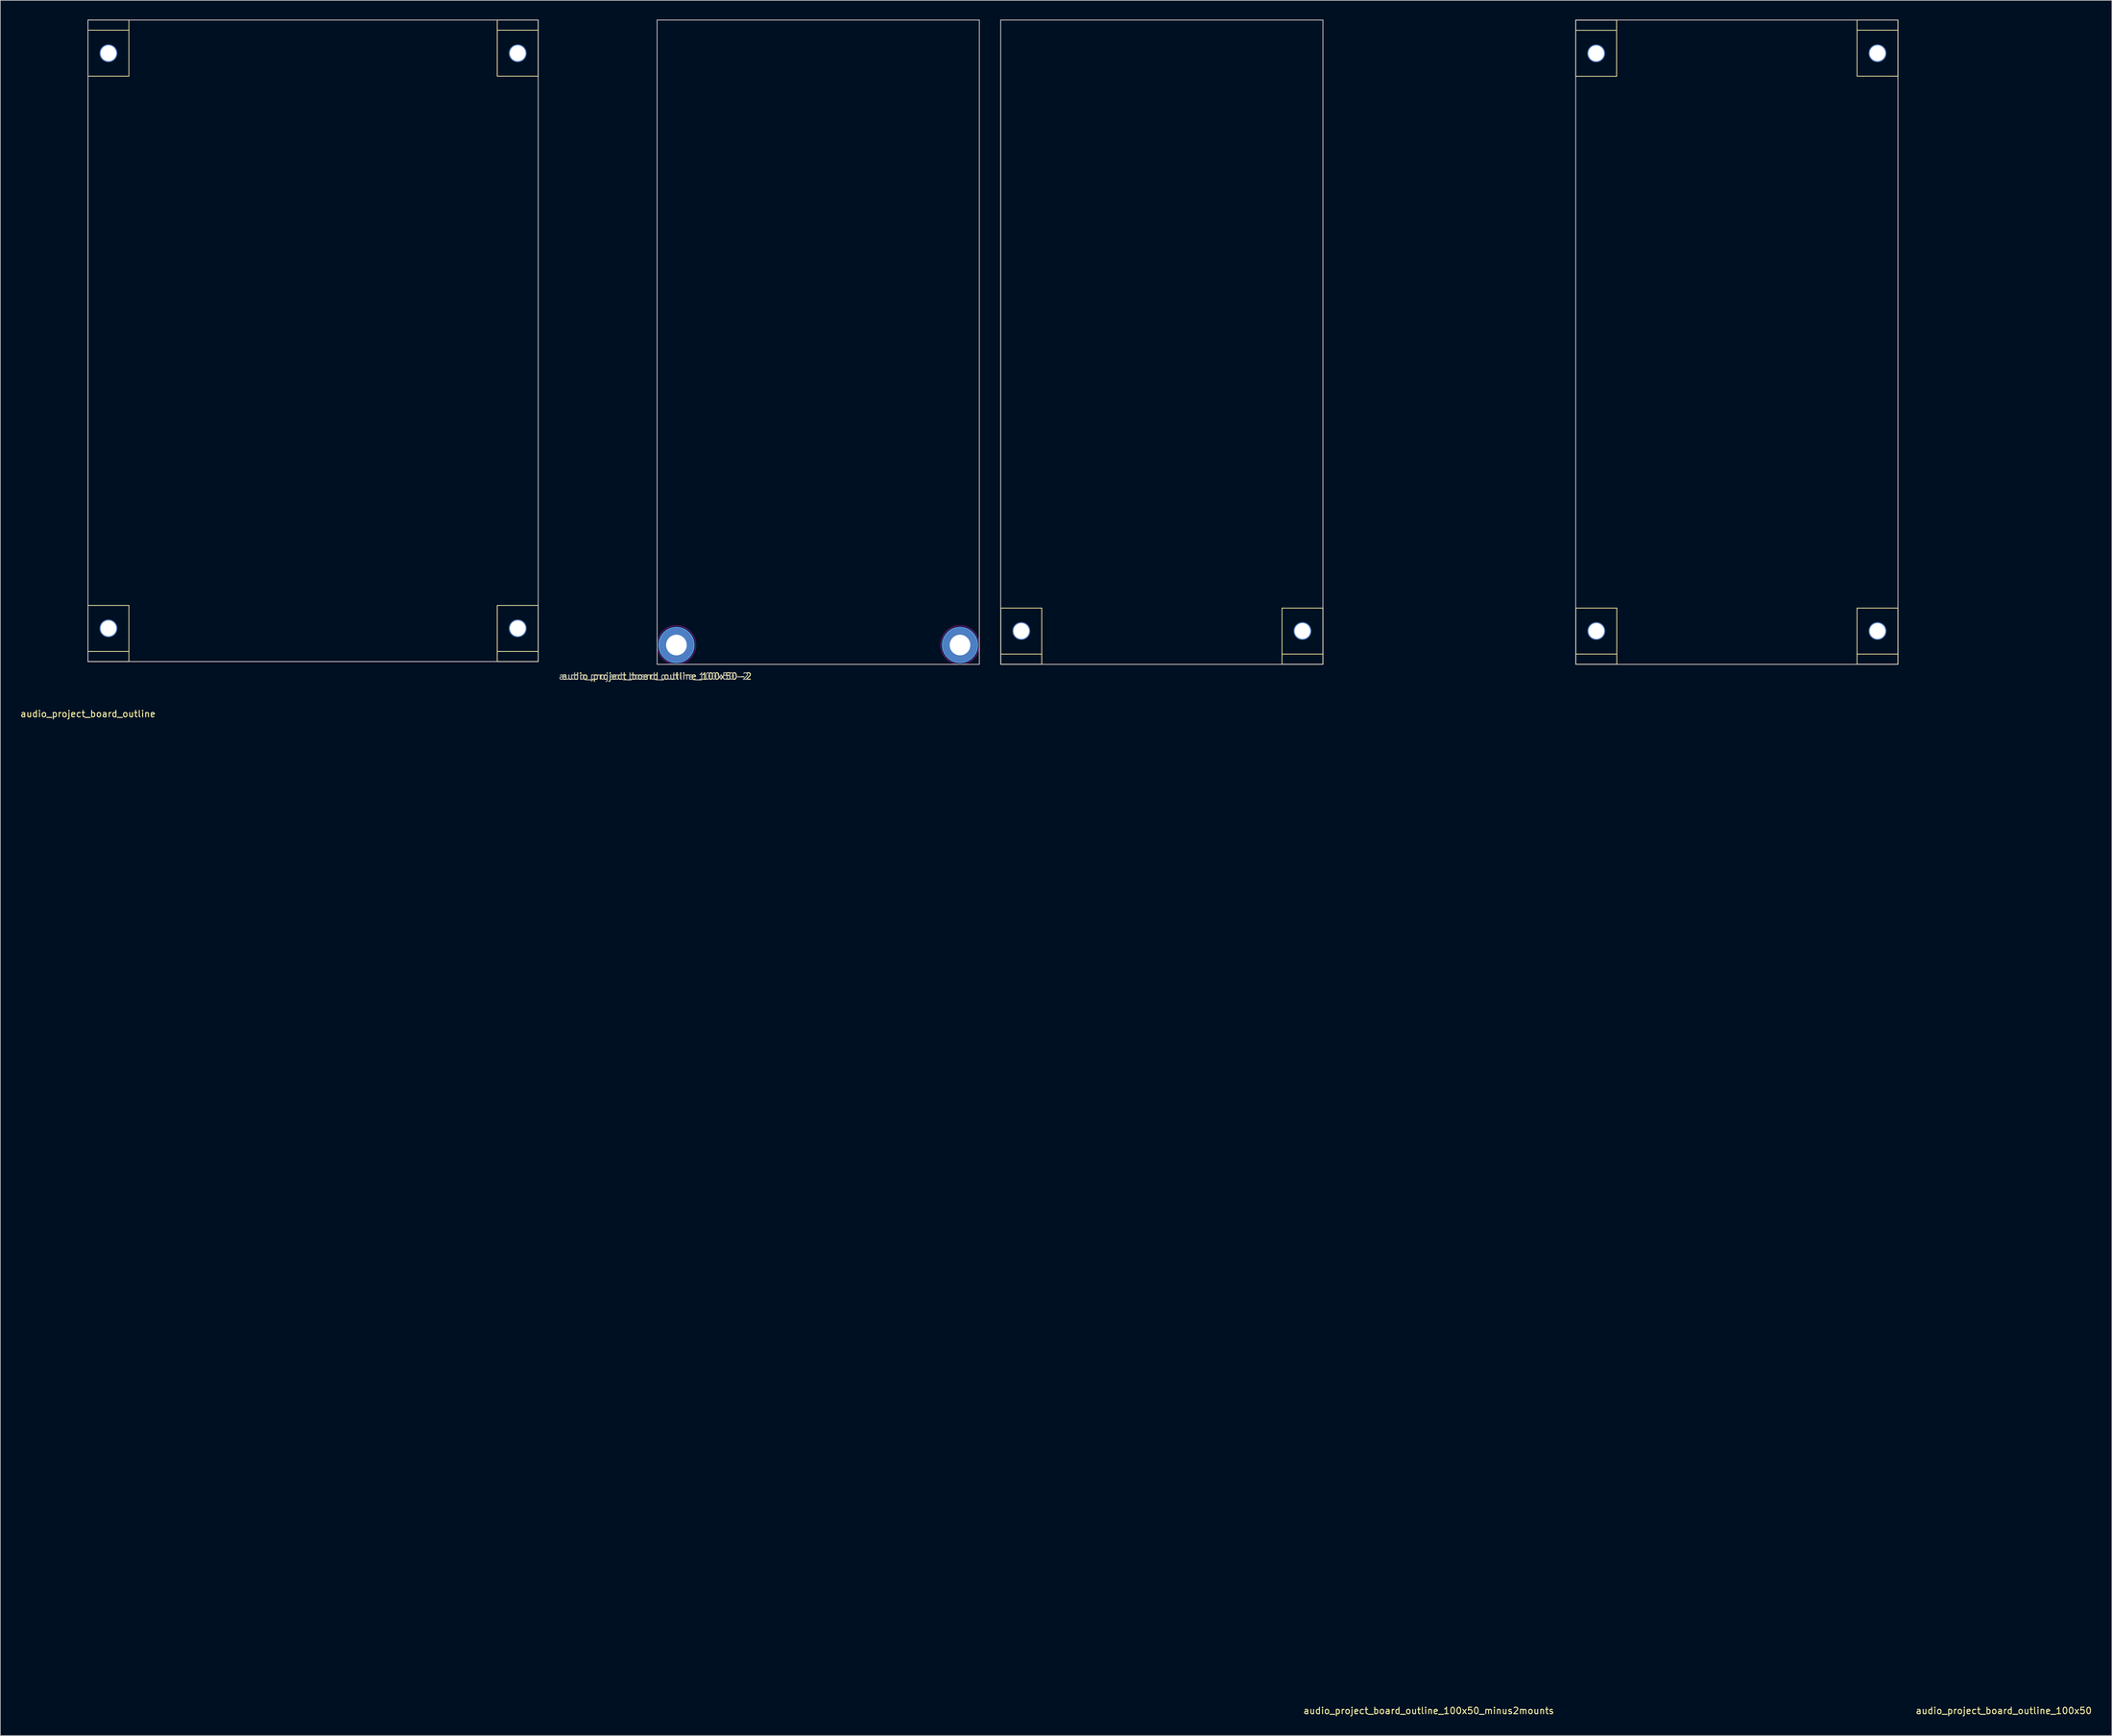
<source format=kicad_pcb>
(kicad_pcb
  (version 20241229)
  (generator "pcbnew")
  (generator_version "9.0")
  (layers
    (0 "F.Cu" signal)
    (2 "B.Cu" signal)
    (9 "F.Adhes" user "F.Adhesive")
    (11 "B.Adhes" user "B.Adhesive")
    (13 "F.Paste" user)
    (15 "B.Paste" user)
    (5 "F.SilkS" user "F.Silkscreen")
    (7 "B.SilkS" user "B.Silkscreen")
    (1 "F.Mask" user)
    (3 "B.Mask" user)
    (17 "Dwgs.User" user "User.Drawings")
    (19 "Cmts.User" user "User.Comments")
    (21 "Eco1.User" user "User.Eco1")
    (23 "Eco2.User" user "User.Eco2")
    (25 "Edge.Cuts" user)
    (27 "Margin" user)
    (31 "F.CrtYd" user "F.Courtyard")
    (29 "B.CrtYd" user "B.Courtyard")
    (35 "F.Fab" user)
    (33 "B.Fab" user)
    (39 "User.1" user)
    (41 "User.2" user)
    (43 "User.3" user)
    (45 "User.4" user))
  (footprint "audio_project_board_outline_100x50"
    (layer "F.Cu")
    (at 241.427 100.06)
    (property "Reference" "audio_project_board_outline_100x50" (at 66.414 162.401 180) (layer "F.SilkS") (effects (font (size 1 1) (thickness 0.15))))
    (attr through_hole)
    (fp_line (start 0 -99.981) (end 0 -91.269) (stroke (width 0.12) (type solid)) (layer "F.SilkS"))
    (fp_line (start 0 -99.981) (end 6.35 -99.981) (stroke (width 0.12) (type solid)) (layer "F.SilkS"))
    (fp_line (start 0 -98.406) (end 6.35 -98.406) (stroke (width 0.12) (type solid)) (layer "F.SilkS"))
    (fp_line (start 0 -91.269) (end 6.35 -91.269) (stroke (width 0.12) (type solid)) (layer "F.SilkS"))
    (fp_line (start 0.025 -0.019) (end 0.025 -8.731) (stroke (width 0.12) (type solid)) (layer "F.SilkS"))
    (fp_line (start 6.35 -99.981) (end 6.35 -91.269) (stroke (width 0.12) (type solid)) (layer "F.SilkS"))
    (fp_line (start 6.375 -8.731) (end 0.025 -8.731) (stroke (width 0.12) (type solid)) (layer "F.SilkS"))
    (fp_line (start 6.375 -1.594) (end 0.025 -1.594) (stroke (width 0.12) (type solid)) (layer "F.SilkS"))
    (fp_line (start 6.375 -0.019) (end 0.025 -0.019) (stroke (width 0.12) (type solid)) (layer "F.SilkS"))
    (fp_line (start 6.375 -0.019) (end 6.375 -8.731) (stroke (width 0.12) (type solid)) (layer "F.SilkS"))
    (fp_line (start 43.65 -100) (end 43.65 -91.288) (stroke (width 0.12) (type solid)) (layer "F.SilkS"))
    (fp_line (start 43.65 -100) (end 50 -100) (stroke (width 0.12) (type solid)) (layer "F.SilkS"))
    (fp_line (start 43.65 -98.425) (end 50 -98.425) (stroke (width 0.12) (type solid)) (layer "F.SilkS"))
    (fp_line (start 43.65 -91.288) (end 50 -91.288) (stroke (width 0.12) (type solid)) (layer "F.SilkS"))
    (fp_line (start 43.65 -0.019) (end 43.65 -8.731) (stroke (width 0.12) (type solid)) (layer "F.SilkS"))
    (fp_line (start 50 -100) (end 50 -91.288) (stroke (width 0.12) (type solid)) (layer "F.SilkS"))
    (fp_line (start 50 -8.731) (end 43.65 -8.731) (stroke (width 0.12) (type solid)) (layer "F.SilkS"))
    (fp_line (start 50 -1.594) (end 43.65 -1.594) (stroke (width 0.12) (type solid)) (layer "F.SilkS"))
    (fp_line (start 50 -0.019) (end 43.65 -0.019) (stroke (width 0.12) (type solid)) (layer "F.SilkS"))
    (fp_line (start 50 -0.019) (end 50 -8.731) (stroke (width 0.12) (type solid)) (layer "F.SilkS"))
    (fp_line (start 0 -100) (end 50 -100) (stroke (width 0.12) (type solid)) (layer "Edge.Cuts"))
    (fp_line (start 0 0) (end 0 -100) (stroke (width 0.12) (type solid)) (layer "Edge.Cuts"))
    (fp_line (start 0 0) (end 50 0) (stroke (width 0.12) (type solid)) (layer "Edge.Cuts"))
    (fp_line (start 50 0) (end 50 -100) (stroke (width 0.12) (type solid)) (layer "Edge.Cuts"))
    (pad "1" thru_hole circle (at 3.175 -94.825 90) (size 2.75 2.75) (drill 2.45) (layers "*.Cu" "*.Mask"))
    (pad "1" thru_hole circle (at 3.2 -5.175 270) (size 2.75 2.75) (drill 2.45) (layers "*.Cu" "*.Mask"))
    (pad "1" thru_hole circle (at 46.825 -94.844 90) (size 2.75 2.75) (drill 2.45) (layers "*.Cu" "*.Mask"))
    (pad "1" thru_hole circle (at 46.825 -5.175 270) (size 2.75 2.75) (drill 2.45) (layers "*.Cu" "*.Mask")))
  (footprint "audio_project_board_outline_100x50_minus2mounts"
    (layer "F.Cu")
    (at 152.209 100.06)
    (property "Reference" "audio_project_board_outline_100x50_minus2mounts" (at 66.414 162.401 180) (layer "F.SilkS") (effects (font (size 1 1) (thickness 0.15))))
    (attr through_hole)
    (fp_line (start 0.025 -0.019) (end 0.025 -8.731) (stroke (width 0.12) (type solid)) (layer "F.SilkS"))
    (fp_line (start 6.375 -8.731) (end 0.025 -8.731) (stroke (width 0.12) (type solid)) (layer "F.SilkS"))
    (fp_line (start 6.375 -1.594) (end 0.025 -1.594) (stroke (width 0.12) (type solid)) (layer "F.SilkS"))
    (fp_line (start 6.375 -0.019) (end 0.025 -0.019) (stroke (width 0.12) (type solid)) (layer "F.SilkS"))
    (fp_line (start 6.375 -0.019) (end 6.375 -8.731) (stroke (width 0.12) (type solid)) (layer "F.SilkS"))
    (fp_line (start 43.65 -0.019) (end 43.65 -8.731) (stroke (width 0.12) (type solid)) (layer "F.SilkS"))
    (fp_line (start 50 -8.731) (end 43.65 -8.731) (stroke (width 0.12) (type solid)) (layer "F.SilkS"))
    (fp_line (start 50 -1.594) (end 43.65 -1.594) (stroke (width 0.12) (type solid)) (layer "F.SilkS"))
    (fp_line (start 50 -0.019) (end 43.65 -0.019) (stroke (width 0.12) (type solid)) (layer "F.SilkS"))
    (fp_line (start 50 -0.019) (end 50 -8.731) (stroke (width 0.12) (type solid)) (layer "F.SilkS"))
    (fp_line (start 0 -100) (end 50 -100) (stroke (width 0.12) (type solid)) (layer "Edge.Cuts"))
    (fp_line (start 0 0) (end 0 -100) (stroke (width 0.12) (type solid)) (layer "Edge.Cuts"))
    (fp_line (start 0 0) (end 50 0) (stroke (width 0.12) (type solid)) (layer "Edge.Cuts"))
    (fp_line (start 50 0) (end 50 -100) (stroke (width 0.12) (type solid)) (layer "Edge.Cuts"))
    (pad "1" thru_hole circle (at 3.2 -5.175 270) (size 2.75 2.75) (drill 2.45) (layers "*.Cu" "*.Mask"))
    (pad "1" thru_hole circle (at 46.825 -5.175 270) (size 2.75 2.75) (drill 2.45) (layers "*.Cu" "*.Mask")))
  (footprint "audio_project_board_outline"
    (layer "F.Cu")
    (at 10.601 99.628)
    (property "Reference" "audio_project_board_outline" (at 0 8.12 0) (layer "F.SilkS") (effects (font (size 1 1) (thickness 0.15))))
    (attr through_hole)
    (fp_line (start 0 -99.568) (end 0 -90.856) (stroke (width 0.12) (type solid)) (layer "F.SilkS"))
    (fp_line (start 0 -99.568) (end 6.35 -99.568) (stroke (width 0.12) (type solid)) (layer "F.SilkS"))
    (fp_line (start 0 -97.993) (end 6.35 -97.993) (stroke (width 0.12) (type solid)) (layer "F.SilkS"))
    (fp_line (start 0 -90.856) (end 6.35 -90.856) (stroke (width 0.12) (type solid)) (layer "F.SilkS"))
    (fp_line (start 0 0) (end 0 -8.712) (stroke (width 0.12) (type solid)) (layer "F.SilkS"))
    (fp_line (start 6.35 -99.568) (end 6.35 -90.856) (stroke (width 0.12) (type solid)) (layer "F.SilkS"))
    (fp_line (start 6.35 -8.712) (end 0 -8.712) (stroke (width 0.12) (type solid)) (layer "F.SilkS"))
    (fp_line (start 6.35 -1.575) (end 0 -1.575) (stroke (width 0.12) (type solid)) (layer "F.SilkS"))
    (fp_line (start 6.35 0) (end 0 0) (stroke (width 0.12) (type solid)) (layer "F.SilkS"))
    (fp_line (start 6.35 0) (end 6.35 -8.712) (stroke (width 0.12) (type solid)) (layer "F.SilkS"))
    (fp_line (start 63.5 -99.568) (end 63.5 -90.856) (stroke (width 0.12) (type solid)) (layer "F.SilkS"))
    (fp_line (start 63.5 -99.568) (end 69.85 -99.568) (stroke (width 0.12) (type solid)) (layer "F.SilkS"))
    (fp_line (start 63.5 -97.993) (end 69.85 -97.993) (stroke (width 0.12) (type solid)) (layer "F.SilkS"))
    (fp_line (start 63.5 -90.856) (end 69.85 -90.856) (stroke (width 0.12) (type solid)) (layer "F.SilkS"))
    (fp_line (start 63.5 0) (end 63.5 -8.712) (stroke (width 0.12) (type solid)) (layer "F.SilkS"))
    (fp_line (start 69.85 -99.568) (end 69.85 -90.856) (stroke (width 0.12) (type solid)) (layer "F.SilkS"))
    (fp_line (start 69.85 -8.712) (end 63.5 -8.712) (stroke (width 0.12) (type solid)) (layer "F.SilkS"))
    (fp_line (start 69.85 -1.575) (end 63.5 -1.575) (stroke (width 0.12) (type solid)) (layer "F.SilkS"))
    (fp_line (start 69.85 0) (end 63.5 0) (stroke (width 0.12) (type solid)) (layer "F.SilkS"))
    (fp_line (start 69.85 0) (end 69.85 -8.712) (stroke (width 0.12) (type solid)) (layer "F.SilkS"))
    (fp_line (start 0 -99.568) (end 69.85 -99.568) (stroke (width 0.12) (type solid)) (layer "Edge.Cuts"))
    (fp_line (start 0 0) (end 0 -99.568) (stroke (width 0.12) (type solid)) (layer "Edge.Cuts"))
    (fp_line (start 0 0) (end 69.85 0) (stroke (width 0.12) (type solid)) (layer "Edge.Cuts"))
    (fp_line (start 69.85 0) (end 69.85 -99.568) (stroke (width 0.12) (type solid)) (layer "Edge.Cuts"))
    (pad "1" thru_hole circle (at 3.175 -94.412 90) (size 2.75 2.75) (drill 2.45) (layers "*.Cu" "*.Mask"))
    (pad "1" thru_hole circle (at 3.175 -5.156 270) (size 2.75 2.75) (drill 2.45) (layers "*.Cu" "*.Mask"))
    (pad "1" thru_hole circle (at 66.675 -94.412 90) (size 2.75 2.75) (drill 2.45) (layers "*.Cu" "*.Mask"))
    (pad "1" thru_hole circle (at 66.675 -5.156 270) (size 2.75 2.75) (drill 2.45) (layers "*.Cu" "*.Mask")))
  (footprint "audio_project_board_outline_100x50-2"
    (layer "F.Cu")
    (at 98.899 100.06)
    (property "Reference" "audio_project_board_outline_100x50-2" (at -0.075 1.85 180) (layer "F.SilkS") (effects (font (size 1 1) (thickness 0.15))))
    (attr through_hole exclude_from_bom)
    (fp_circle (center 3 -3) (end 5.75 -3) (stroke (width 0.15) (type solid)) (fill no) (layer "Cmts.User"))
    (fp_circle (center 47 -3) (end 49.75 -3) (stroke (width 0.15) (type solid)) (fill no) (layer "Cmts.User"))
    (fp_line (start 0 -100) (end 50 -100) (stroke (width 0.12) (type solid)) (layer "Edge.Cuts"))
    (fp_line (start 0 0) (end 0 -100) (stroke (width 0.12) (type solid)) (layer "Edge.Cuts"))
    (fp_line (start 0 0) (end 50 0) (stroke (width 0.12) (type solid)) (layer "Edge.Cuts"))
    (fp_line (start 50 0) (end 50 -100) (stroke (width 0.12) (type solid)) (layer "Edge.Cuts"))
    (fp_circle (center 3 -3) (end 6 -3) (stroke (width 0.05) (type solid)) (fill no) (layer "F.CrtYd"))
    (fp_circle (center 47 -3) (end 50 -3) (stroke (width 0.05) (type solid)) (fill no) (layer "F.CrtYd"))
    (fp_text user "${REFERENCE}" (at -0.525 1.85 0) (layer "F.Fab") (effects (font (size 1 1) (thickness 0.15))))
    (pad "1" thru_hole circle (at 3 -3) (size 5.5 5.5) (drill 3.2) (layers "*.Cu" "*.Mask"))
    (pad "1" thru_hole circle (at 47 -3) (size 5.5 5.5) (drill 3.2) (layers "*.Cu" "*.Mask")))
  (gr_rect
    (start -3 -3)
    (end 324.609 266.31)
    (stroke (width 0.1) (type default))
    (fill no)
    (layer "Edge.Cuts")))
</source>
